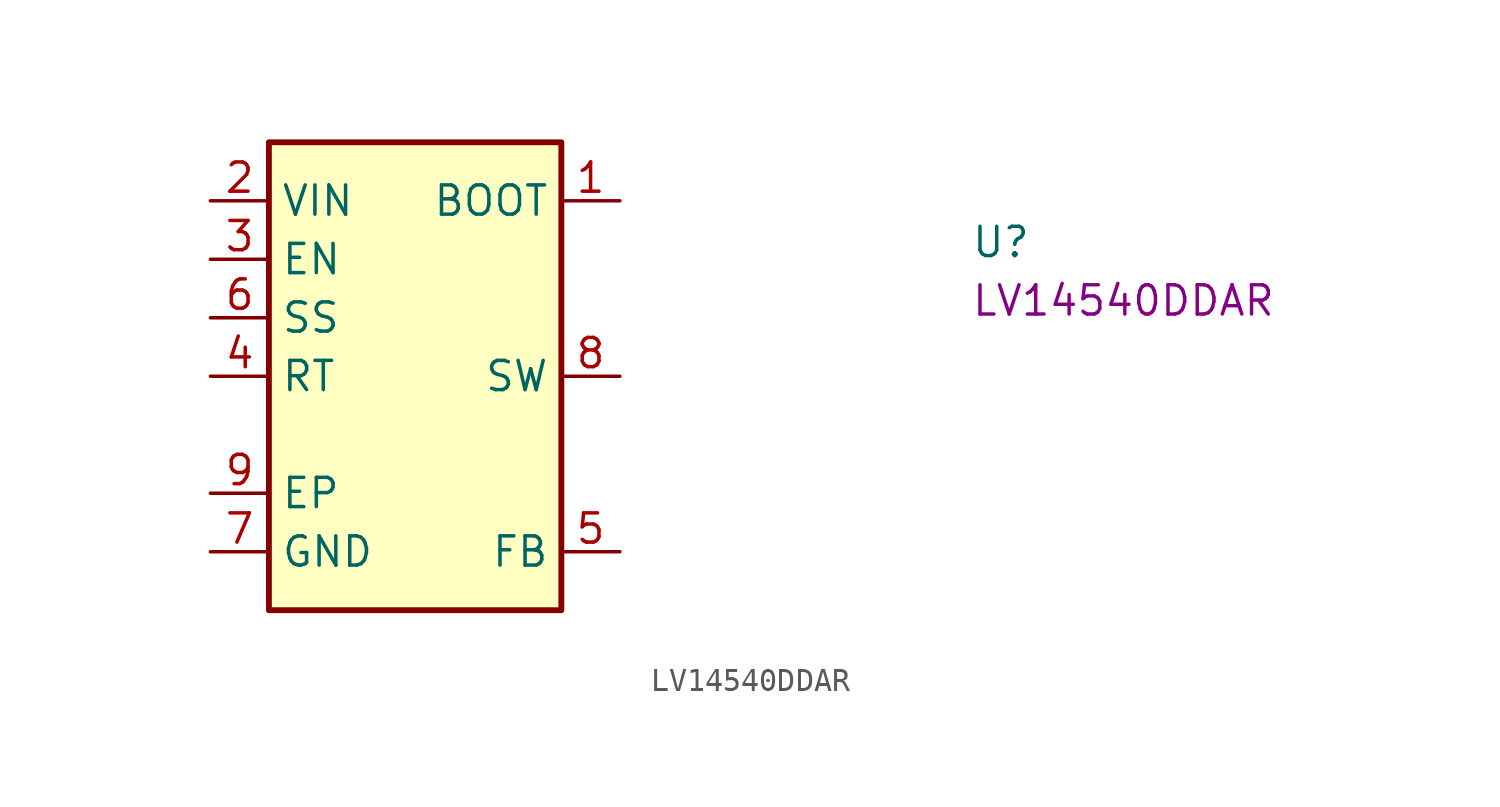
<source format=kicad_sym>
(kicad_symbol_lib
  (version 20220914)
  (generator kicad_symbol_editor)
  (symbol "LV14540DDAR"
    (property "Reference" "U"
      (at 33.02 -2.54 0)
      (effects (font (size 1.27 1.27) (thickness 0.15)) (justify left bottom)))
    (property "MPN" "LV14540DDAR "
      (at 33.02 -5.08 0)
      (effects (font (size 1.27 1.27) (thickness 0.15)) (justify left bottom)))
    (symbol "LV14540DDAR_1_1"
      (rectangle (start 2.54 2.54) (end 15.24 -17.78) (stroke (width 0.254) (type default)) (fill (type background)))
      (pin input line (at 17.78 0 180) (length 2.54) (name "BOOT" (effects (font (size 1.27 1.27)))) (number "1" (effects (font (size 1.27 1.27)))))
      (pin power_in line (at 0 0 0) (length 2.54) (name "VIN" (effects (font (size 1.27 1.27)))) (number "2" (effects (font (size 1.27 1.27)))))
      (pin input line (at 0 -2.54 0) (length 2.54) (name "EN" (effects (font (size 1.27 1.27)))) (number "3" (effects (font (size 1.27 1.27)))))
      (pin input line (at 0 -7.62 0) (length 2.54) (name "RT" (effects (font (size 1.27 1.27)))) (number "4" (effects (font (size 1.27 1.27)))) (alternate "WYNC" passive line))
      (pin input line (at 17.78 -15.24 180) (length 2.54) (name "FB" (effects (font (size 1.27 1.27)))) (number "5" (effects (font (size 1.27 1.27)))))
      (pin input line (at 0 -5.08 0) (length 2.54) (name "SS" (effects (font (size 1.27 1.27)))) (number "6" (effects (font (size 1.27 1.27)))))
      (pin power_in line (at 0 -15.24 0) (length 2.54) (name "GND" (effects (font (size 1.27 1.27)))) (number "7" (effects (font (size 1.27 1.27)))))
      (pin power_out line (at 17.78 -7.62 180) (length 2.54) (name "SW" (effects (font (size 1.27 1.27)))) (number "8" (effects (font (size 1.27 1.27)))))
      (pin passive line (at 0 -12.7 0) (length 2.54) (name "EP" (effects (font (size 1.27 1.27)))) (number "9" (effects (font (size 1.27 1.27))))))))
</source>
